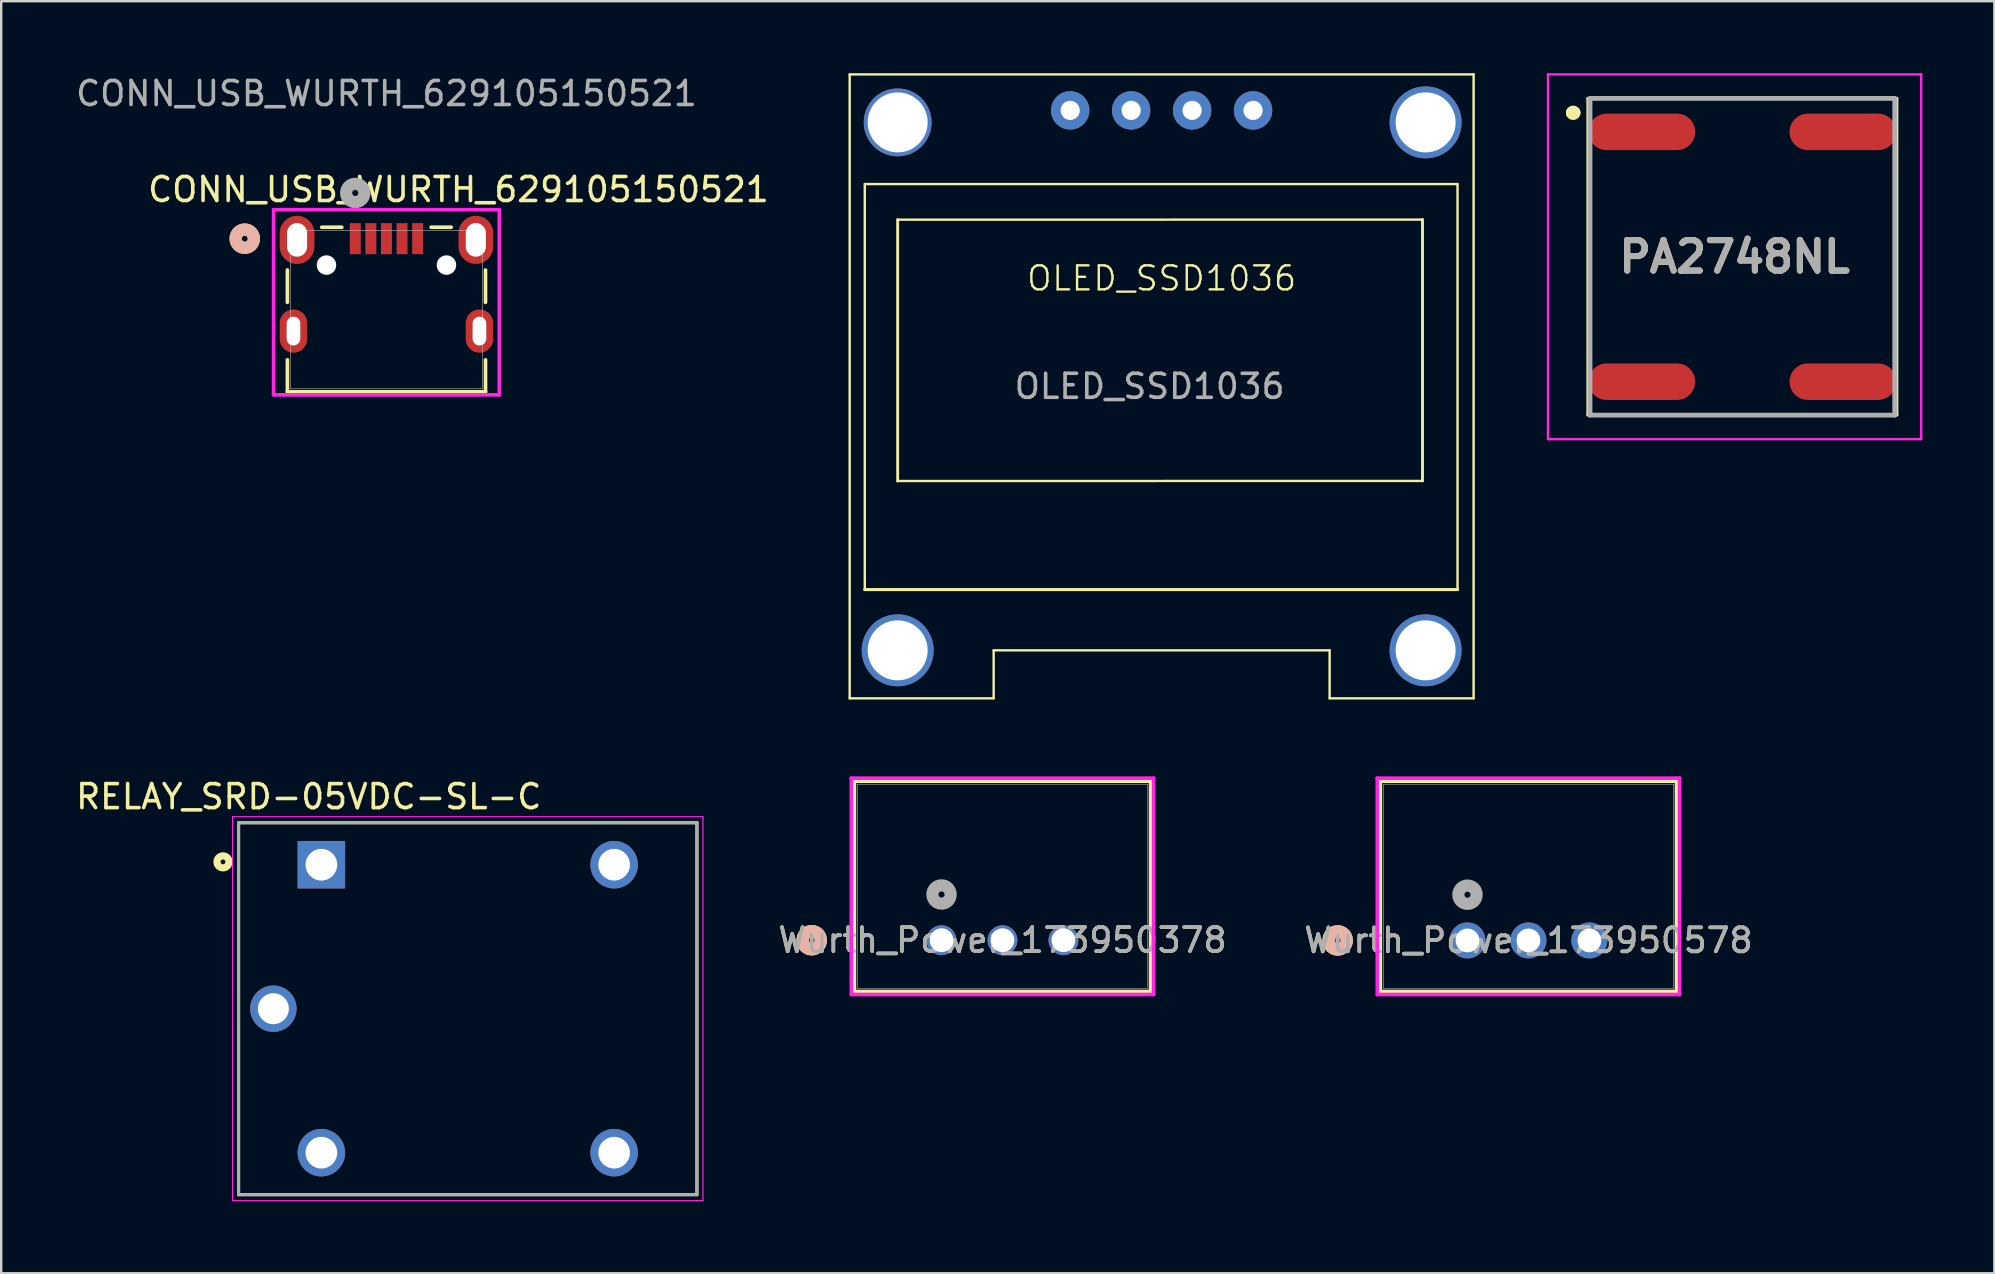
<source format=kicad_pcb>
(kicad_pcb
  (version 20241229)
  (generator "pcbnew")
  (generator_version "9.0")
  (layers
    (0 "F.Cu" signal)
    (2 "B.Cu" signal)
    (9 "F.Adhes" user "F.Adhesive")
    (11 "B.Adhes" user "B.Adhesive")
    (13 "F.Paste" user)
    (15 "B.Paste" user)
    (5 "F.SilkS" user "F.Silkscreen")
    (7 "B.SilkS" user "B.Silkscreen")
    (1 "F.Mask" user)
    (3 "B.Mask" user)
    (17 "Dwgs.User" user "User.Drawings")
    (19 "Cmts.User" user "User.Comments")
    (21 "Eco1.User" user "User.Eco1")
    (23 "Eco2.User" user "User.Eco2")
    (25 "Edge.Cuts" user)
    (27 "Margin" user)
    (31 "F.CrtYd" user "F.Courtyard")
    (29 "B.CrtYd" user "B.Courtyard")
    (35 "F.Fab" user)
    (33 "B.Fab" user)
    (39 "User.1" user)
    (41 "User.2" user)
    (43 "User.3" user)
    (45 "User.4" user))
  (footprint "RELAY_SRD-05VDC-SL-C"
    (layer "F.Cu")
    (at 16.442 38.984)
    (property "Reference" "RELAY_SRD-05VDC-SL-C" (at -6.626 -8.836 0) (layer "F.SilkS") (effects (font (size 1 1) (thickness 0.15))))
    (attr through_hole)
    (fp_line (start -9.55 -7.75) (end 9.55 -7.75) (stroke (width 0.127) (type solid)) (layer "F.SilkS"))
    (fp_line (start -9.55 7.75) (end -9.55 -7.75) (stroke (width 0.127) (type solid)) (layer "F.SilkS"))
    (fp_line (start 9.55 -7.75) (end 9.55 7.75) (stroke (width 0.127) (type solid)) (layer "F.SilkS"))
    (fp_line (start 9.55 7.75) (end -9.55 7.75) (stroke (width 0.127) (type solid)) (layer "F.SilkS"))
    (fp_circle (center -10.2 -6.119) (end -10.1 -6.119) (stroke (width 0.3) (type solid)) (fill no) (layer "F.SilkS"))
    (fp_line (start -9.8 -8) (end 9.8 -8) (stroke (width 0.05) (type solid)) (layer "F.CrtYd"))
    (fp_line (start -9.8 8) (end -9.8 -8) (stroke (width 0.05) (type solid)) (layer "F.CrtYd"))
    (fp_line (start 9.8 -8) (end 9.8 8) (stroke (width 0.05) (type solid)) (layer "F.CrtYd"))
    (fp_line (start 9.8 8) (end -9.8 8) (stroke (width 0.05) (type solid)) (layer "F.CrtYd"))
    (fp_line (start -9.55 -7.75) (end 9.55 -7.75) (stroke (width 0.127) (type solid)) (layer "F.Fab"))
    (fp_line (start -9.55 7.75) (end -9.55 -7.75) (stroke (width 0.127) (type solid)) (layer "F.Fab"))
    (fp_line (start 9.55 -7.75) (end 9.55 7.75) (stroke (width 0.127) (type solid)) (layer "F.Fab"))
    (fp_line (start 9.55 7.75) (end -9.55 7.75) (stroke (width 0.127) (type solid)) (layer "F.Fab"))
    (pad "A1" thru_hole rect (at -6.1 -6) (size 1.98 1.98) (drill 1.32) (layers "*.Cu" "*.Mask"))
    (pad "A2" thru_hole circle (at -6.1 6) (size 1.98 1.98) (drill 1.32) (layers "*.Cu" "*.Mask"))
    (pad "COM" thru_hole circle (at -8.1 0) (size 1.935 1.935) (drill 1.29) (layers "*.Cu" "*.Mask"))
    (pad "NC" thru_hole circle (at 6.1 -6) (size 1.98 1.98) (drill 1.32) (layers "*.Cu" "*.Mask"))
    (pad "NO" thru_hole circle (at 6.1 6) (size 1.98 1.98) (drill 1.32) (layers "*.Cu" "*.Mask")))
  (footprint "Wurth_Power_173950578"
    (layer "F.Cu")
    (at 58.102 36.139)
    (property "Reference" "Wurth_Power_173950578" (at 2.54 0 0) (unlocked yes) (layer "F.SilkS") (effects (font (size 1 1) (thickness 0.15))))
    (attr through_hole)
    (fp_line (start -3.632 -6.636) (end -3.632 2.127) (stroke (width 0.152) (type solid)) (layer "F.SilkS"))
    (fp_line (start -3.632 2.127) (end 8.712 2.127) (stroke (width 0.152) (type solid)) (layer "F.SilkS"))
    (fp_line (start 8.712 -6.636) (end -3.632 -6.636) (stroke (width 0.152) (type solid)) (layer "F.SilkS"))
    (fp_line (start 8.712 2.127) (end 8.712 -6.636) (stroke (width 0.152) (type solid)) (layer "F.SilkS"))
    (fp_circle (center -5.41 0) (end -5.029 0) (stroke (width 0.508) (type solid)) (fill no) (layer "F.SilkS"))
    (fp_circle (center -5.41 0) (end -5.029 0) (stroke (width 0.508) (type solid)) (fill no) (layer "B.SilkS"))
    (fp_line (start -3.759 -6.763) (end -3.759 2.254) (stroke (width 0.152) (type solid)) (layer "F.CrtYd"))
    (fp_line (start -3.759 2.254) (end 8.839 2.254) (stroke (width 0.152) (type solid)) (layer "F.CrtYd"))
    (fp_line (start 8.839 -6.763) (end -3.759 -6.763) (stroke (width 0.152) (type solid)) (layer "F.CrtYd"))
    (fp_line (start 8.839 2.254) (end 8.839 -6.763) (stroke (width 0.152) (type solid)) (layer "F.CrtYd"))
    (fp_line (start -3.505 -6.509) (end -3.505 2) (stroke (width 0.025) (type solid)) (layer "F.Fab"))
    (fp_line (start -3.505 2) (end 8.585 2) (stroke (width 0.025) (type solid)) (layer "F.Fab"))
    (fp_line (start 8.585 -6.509) (end -3.505 -6.509) (stroke (width 0.025) (type solid)) (layer "F.Fab"))
    (fp_line (start 8.585 2) (end 8.585 -6.509) (stroke (width 0.025) (type solid)) (layer "F.Fab"))
    (fp_circle (center 0 -1.905) (end 0.381 -1.905) (stroke (width 0.508) (type solid)) (fill no) (layer "F.Fab"))
    (fp_text user "${REFERENCE}" (at 2.54 0 0) (unlocked yes) (layer "F.Fab") (effects (font (size 1 1) (thickness 0.15))))
    (pad "1" thru_hole circle (at 0 0) (size 1.499 1.499) (drill 0.991) (layers "*.Cu" "*.Mask"))
    (pad "2" thru_hole circle (at 2.54 0) (size 1.499 1.499) (drill 0.991) (layers "*.Cu" "*.Mask"))
    (pad "3" thru_hole circle (at 5.08 0) (size 1.499 1.499) (drill 0.991) (layers "*.Cu" "*.Mask")))
  (footprint "Wurth_Power_173950378"
    (layer "F.Cu")
    (at 36.185 36.13)
    (property "Reference" "Wurth_Power_173950378" (at 2.54 0 0) (unlocked yes) (layer "F.SilkS") (effects (font (size 1 1) (thickness 0.15))))
    (attr through_hole)
    (fp_line (start -3.632 -6.627) (end -3.632 2.136) (stroke (width 0.152) (type solid)) (layer "F.SilkS"))
    (fp_line (start -3.632 2.136) (end 8.712 2.136) (stroke (width 0.152) (type solid)) (layer "F.SilkS"))
    (fp_line (start 8.712 -6.627) (end -3.632 -6.627) (stroke (width 0.152) (type solid)) (layer "F.SilkS"))
    (fp_line (start 8.712 2.136) (end 8.712 -6.627) (stroke (width 0.152) (type solid)) (layer "F.SilkS"))
    (fp_circle (center -5.41 0) (end -5.029 0) (stroke (width 0.508) (type solid)) (fill no) (layer "F.SilkS"))
    (fp_circle (center -5.41 0) (end -5.029 0) (stroke (width 0.508) (type solid)) (fill no) (layer "B.SilkS"))
    (fp_line (start -3.759 -6.754) (end -3.759 2.263) (stroke (width 0.152) (type solid)) (layer "F.CrtYd"))
    (fp_line (start -3.759 2.263) (end 8.839 2.263) (stroke (width 0.152) (type solid)) (layer "F.CrtYd"))
    (fp_line (start 8.839 -6.754) (end -3.759 -6.754) (stroke (width 0.152) (type solid)) (layer "F.CrtYd"))
    (fp_line (start 8.839 2.263) (end 8.839 -6.754) (stroke (width 0.152) (type solid)) (layer "F.CrtYd"))
    (fp_line (start -3.505 -6.5) (end -3.505 2.009) (stroke (width 0.025) (type solid)) (layer "F.Fab"))
    (fp_line (start -3.505 2.009) (end 8.585 2.009) (stroke (width 0.025) (type solid)) (layer "F.Fab"))
    (fp_line (start 8.585 -6.5) (end -3.505 -6.5) (stroke (width 0.025) (type solid)) (layer "F.Fab"))
    (fp_line (start 8.585 2.009) (end 8.585 -6.5) (stroke (width 0.025) (type solid)) (layer "F.Fab"))
    (fp_circle (center 0 -1.905) (end 0.381 -1.905) (stroke (width 0.508) (type solid)) (fill no) (layer "F.Fab"))
    (fp_text user "${REFERENCE}" (at 2.54 0 0) (unlocked yes) (layer "F.Fab") (effects (font (size 1 1) (thickness 0.15))))
    (pad "1" thru_hole circle (at 0 0) (size 1.245 1.245) (drill 0.991) (layers "*.Cu" "*.Mask"))
    (pad "2" thru_hole circle (at 2.54 0) (size 1.245 1.245) (drill 0.991) (layers "*.Cu" "*.Mask"))
    (pad "3" thru_hole circle (at 5.08 0) (size 1.245 1.245) (drill 0.991) (layers "*.Cu" "*.Mask")))
  (footprint "OLED_SSD1036"
    (layer "F.Cu")
    (at 32.357 26.05)
    (property "Reference" "OLED_SSD1036" (at 13 -17.5 0) (unlocked yes) (layer "F.SilkS") (effects (font (size 1 1) (thickness 0.1))))
    (attr through_hole)
    (fp_line (start 0 -26) (end 0 0) (stroke (width 0.1) (type default)) (layer "F.SilkS"))
    (fp_line (start 0 0) (end 6 0) (stroke (width 0.1) (type default)) (layer "F.SilkS"))
    (fp_line (start 0.63 -21.43) (end 0.63 -4.53) (stroke (width 0.1) (type default)) (layer "F.SilkS"))
    (fp_line (start 0.63 -4.53) (end 25.33 -4.53) (stroke (width 0.12) (type default)) (layer "F.SilkS"))
    (fp_line (start 2 -9.055) (end 2 -19.945) (stroke (width 0.12) (type default)) (layer "F.SilkS"))
    (fp_line (start 6 -2) (end 20 -2) (stroke (width 0.1) (type default)) (layer "F.SilkS"))
    (fp_line (start 6 0) (end 6 -2) (stroke (width 0.1) (type default)) (layer "F.SilkS"))
    (fp_line (start 20 -2) (end 20 0) (stroke (width 0.1) (type default)) (layer "F.SilkS"))
    (fp_line (start 20 0) (end 26 0) (stroke (width 0.1) (type default)) (layer "F.SilkS"))
    (fp_line (start 23.87 -19.95) (end 2 -19.945) (stroke (width 0.1) (type default)) (layer "F.SilkS"))
    (fp_line (start 23.87 -9.06) (end 2 -9.055) (stroke (width 0.1) (type default)) (layer "F.SilkS"))
    (fp_line (start 23.87 -9.06) (end 23.87 -19.95) (stroke (width 0.12) (type default)) (layer "F.SilkS"))
    (fp_line (start 25.33 -21.43) (end 0.63 -21.43) (stroke (width 0.1) (type default)) (layer "F.SilkS"))
    (fp_line (start 25.33 -21.43) (end 25.33 -4.53) (stroke (width 0.1) (type default)) (layer "F.SilkS"))
    (fp_line (start 25.33 -4.53) (end 0.63 -4.53) (stroke (width 0.12) (type default)) (layer "F.SilkS"))
    (fp_line (start 26 -26) (end 0 -26) (stroke (width 0.1) (type default)) (layer "F.SilkS"))
    (fp_line (start 26 0) (end 26 -26) (stroke (width 0.1) (type default)) (layer "F.SilkS"))
    (fp_text user "${REFERENCE}" (at 12.5 -13 0) (unlocked yes) (layer "F.Fab") (effects (font (size 1 1) (thickness 0.15))))
    (pad "" np_thru_hole circle (at 2 -24) (size 2.828 2.828) (drill 2.5) (layers "*.Cu" "*.Mask"))
    (pad "" np_thru_hole circle (at 2 -2) (size 3 3) (drill 2.5) (layers "*.Cu" "*.Mask"))
    (pad "" np_thru_hole circle (at 24 -24) (size 3 3) (drill 2.5) (layers "*.Cu" "*.Mask"))
    (pad "" np_thru_hole circle (at 24 -2) (size 3 3) (drill 2.5) (layers "*.Cu" "*.Mask"))
    (pad "1" thru_hole circle (at 9.19 -24.5) (size 1.6 1.6) (drill 0.8) (layers "*.Cu" "*.Mask"))
    (pad "2" thru_hole circle (at 11.73 -24.5) (size 1.6 1.6) (drill 0.8) (layers "*.Cu" "*.Mask"))
    (pad "3" thru_hole circle (at 14.27 -24.5) (size 1.6 1.6) (drill 0.8) (layers "*.Cu" "*.Mask"))
    (pad "4" thru_hole circle (at 16.81 -24.5) (size 1.6 1.6) (drill 0.8) (layers "*.Cu" "*.Mask")))
  (footprint "PA2748NL"
    (layer "F.Cu")
    (at 69.557 7.65)
    (property "Reference" "PA2748NL" (at -0.325 0 0) (layer "F.SilkS") (effects (font (size 1.27 1.27) (thickness 0.254))))
    (attr smd)
    (fp_line (start -7.1 -6) (end -7.1 -6) (stroke (width 0.5) (type solid)) (layer "F.SilkS"))
    (fp_line (start -7 -6) (end -7 -6) (stroke (width 0.5) (type solid)) (layer "F.SilkS"))
    (fp_line (start -6.45 -6.6) (end 6.45 -6.6) (stroke (width 0.1) (type solid)) (layer "F.SilkS"))
    (fp_line (start -6.45 6.6) (end -6.45 -6.6) (stroke (width 0.1) (type solid)) (layer "F.SilkS"))
    (fp_line (start 6.45 -6.6) (end 6.45 6.6) (stroke (width 0.1) (type solid)) (layer "F.SilkS"))
    (fp_line (start 6.45 6.6) (end -6.45 6.6) (stroke (width 0.1) (type solid)) (layer "F.SilkS"))
    (fp_arc (start -7.1 -6) (mid -7.05 -6.05) (end -7 -6) (stroke (width 0.5) (type solid)) (layer "F.SilkS"))
    (fp_arc (start -7 -6) (mid -7.05 -5.95) (end -7.1 -6) (stroke (width 0.5) (type solid)) (layer "F.SilkS"))
    (fp_line (start -8.1 -7.6) (end 7.45 -7.6) (stroke (width 0.1) (type solid)) (layer "F.CrtYd"))
    (fp_line (start -8.1 7.6) (end -8.1 -7.6) (stroke (width 0.1) (type solid)) (layer "F.CrtYd"))
    (fp_line (start 7.45 -7.6) (end 7.45 7.6) (stroke (width 0.1) (type solid)) (layer "F.CrtYd"))
    (fp_line (start 7.45 7.6) (end -8.1 7.6) (stroke (width 0.1) (type solid)) (layer "F.CrtYd"))
    (fp_line (start -6.35 -6.6) (end 6.35 -6.6) (stroke (width 0.2) (type solid)) (layer "F.Fab"))
    (fp_line (start -6.35 6.6) (end -6.35 -6.6) (stroke (width 0.2) (type solid)) (layer "F.Fab"))
    (fp_line (start 6.35 -6.6) (end 6.35 6.6) (stroke (width 0.2) (type solid)) (layer "F.Fab"))
    (fp_line (start 6.35 6.6) (end -6.35 6.6) (stroke (width 0.2) (type solid)) (layer "F.Fab"))
    (fp_text user "${REFERENCE}" (at -0.325 0 0) (layer "F.Fab") (effects (font (size 1.27 1.27) (thickness 0.254))))
    (pad "1" smd oval (at -4.19 -5.205 90) (size 1.52 4.45) (layers "F.Cu" "F.Mask" "F.Paste"))
    (pad "2" smd oval (at -4.19 5.205 90) (size 1.52 4.45) (layers "F.Cu" "F.Mask" "F.Paste"))
    (pad "3" smd oval (at 4.19 -5.205 90) (size 1.52 4.45) (layers "F.Cu" "F.Mask" "F.Paste"))
    (pad "4" smd oval (at 4.19 5.205 90) (size 1.52 4.45) (layers "F.Cu" "F.Mask" "F.Paste")))
  (footprint "CONN_USB_WURTH_629105150521"
    (layer "F.Cu")
    (at 13.054 9.848)
    (property "Reference" "CONN_USB_WURTH_629105150521" (at 3 -5 0) (unlocked yes) (layer "F.SilkS") (effects (font (size 1 1) (thickness 0.15))))
    (attr smd)
    (fp_line (start -4.128 -1.646) (end -4.128 -0.3) (stroke (width 0.152) (type solid)) (layer "F.SilkS"))
    (fp_line (start -4.128 2.096) (end -4.128 3.429) (stroke (width 0.152) (type solid)) (layer "F.SilkS"))
    (fp_line (start -4.128 3.429) (end 4.128 3.429) (stroke (width 0.152) (type solid)) (layer "F.SilkS"))
    (fp_line (start -1.861 -3.429) (end -2.698 -3.429) (stroke (width 0.152) (type solid)) (layer "F.SilkS"))
    (fp_line (start 2.698 -3.429) (end 1.861 -3.429) (stroke (width 0.152) (type solid)) (layer "F.SilkS"))
    (fp_line (start 4.128 -0.3) (end 4.128 -1.646) (stroke (width 0.152) (type solid)) (layer "F.SilkS"))
    (fp_line (start 4.128 3.429) (end 4.128 2.096) (stroke (width 0.152) (type solid)) (layer "F.SilkS"))
    (fp_circle (center -5.905 -2.952) (end -5.524 -2.952) (stroke (width 0.508) (type solid)) (fill no) (layer "F.SilkS"))
    (fp_circle (center -5.905 -2.952) (end -5.524 -2.952) (stroke (width 0.508) (type solid)) (fill no) (layer "B.SilkS"))
    (fp_line (start -4.703 -4.159) (end -4.703 3.556) (stroke (width 0.152) (type solid)) (layer "F.CrtYd"))
    (fp_line (start -4.703 3.556) (end 4.703 3.556) (stroke (width 0.152) (type solid)) (layer "F.CrtYd"))
    (fp_line (start 4.703 -4.159) (end -4.703 -4.159) (stroke (width 0.152) (type solid)) (layer "F.CrtYd"))
    (fp_line (start 4.703 3.556) (end 4.703 -4.159) (stroke (width 0.152) (type solid)) (layer "F.CrtYd"))
    (fp_line (start -4 -3.302) (end -4 3.302) (stroke (width 0.025) (type solid)) (layer "F.Fab"))
    (fp_line (start -4 3.302) (end 4 3.302) (stroke (width 0.025) (type solid)) (layer "F.Fab"))
    (fp_line (start 4 -3.302) (end -4 -3.302) (stroke (width 0.025) (type solid)) (layer "F.Fab"))
    (fp_line (start 4 3.302) (end 4 -3.302) (stroke (width 0.025) (type solid)) (layer "F.Fab"))
    (fp_circle (center -1.3 -4.857) (end -0.919 -4.857) (stroke (width 0.508) (type solid)) (fill no) (layer "F.Fab"))
    (fp_text user "${REFERENCE}" (at 0 -9 0) (unlocked yes) (layer "F.Fab") (effects (font (size 1 1) (thickness 0.15))))
    (pad "" np_thru_hole oval (at -3.875 0.898) (size 0.57 1.2) (drill oval 0.57 1.2) (layers "*.Cu" "*.Mask"))
    (pad "" np_thru_hole oval (at -3.725 -2.902) (size 0.838 1.4) (drill oval 0.838 1.4) (layers "*.Cu" "*.Mask"))
    (pad "" np_thru_hole circle (at -2.5 -1.852) (size 0.813 0.813) (drill 0.813) (layers "*.Cu" "*.Mask"))
    (pad "" np_thru_hole circle (at 2.5 -1.852) (size 0.813 0.813) (drill 0.813) (layers "*.Cu" "*.Mask"))
    (pad "" np_thru_hole oval (at 3.725 -2.902) (size 0.838 1.4) (drill oval 0.838 1.4) (layers "*.Cu" "*.Mask"))
    (pad "" np_thru_hole oval (at 3.875 0.898) (size 0.57 1.2) (drill oval 0.57 1.2) (layers "*.Cu" "*.Mask"))
    (pad "1" smd rect (at -1.3 -2.952) (size 0.457 1.295) (layers "F.Cu" "F.Mask" "F.Paste"))
    (pad "2" smd rect (at -0.65 -2.952) (size 0.457 1.295) (layers "F.Cu" "F.Mask" "F.Paste"))
    (pad "3" smd rect (at 0 -2.952) (size 0.457 1.295) (layers "F.Cu" "F.Mask" "F.Paste"))
    (pad "4" smd rect (at 0.65 -2.952) (size 0.457 1.295) (layers "F.Cu" "F.Mask" "F.Paste"))
    (pad "5" smd rect (at 1.3 -2.952) (size 0.457 1.295) (layers "F.Cu" "F.Mask" "F.Paste"))
    (pad "8" smd oval (at -3.725 -2.902) (size 1.448 2.007) (layers "F.Cu" "F.Mask" "F.Paste"))
    (pad "9" smd oval (at 3.725 -2.902) (size 1.448 2.007) (layers "F.Cu" "F.Mask" "F.Paste"))
    (pad "10" smd oval (at -3.875 0.898) (size 1.143 1.803) (layers "F.Cu" "F.Mask" "F.Paste"))
    (pad "11" smd oval (at 3.875 0.898) (size 1.143 1.803) (layers "F.Cu" "F.Mask" "F.Paste")))
  (gr_rect
    (start -3 -3)
    (end 80.057 50.009)
    (stroke (width 0.1) (type default))
    (fill no)
    (layer "Edge.Cuts")))
</source>
